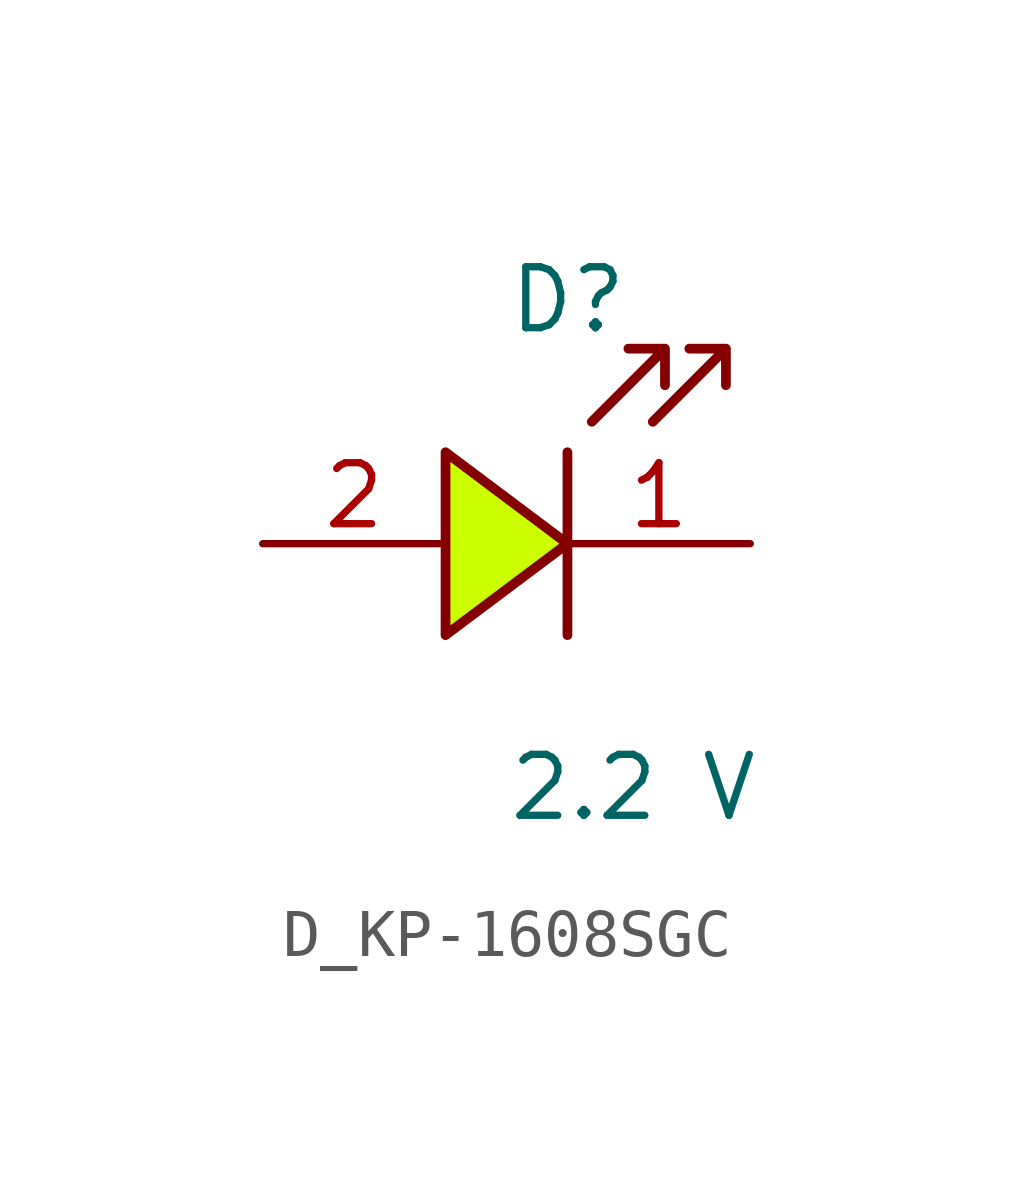
<source format=kicad_sym>
(kicad_symbol_lib
  (version 20231120)
  (generator kicad_symbol_editor)
  (generator_version 8.0)
  (symbol "D_KP-1608SGC"
    (pin_names
      (offset 0.254))
    (property "Reference" "D"
      (at 0 5.08 0)
      (effects (font (size 1.27 1.27)) (justify left)))
    (property "Value" "2.2 V"
      (at 0 -5.08 0)
      (effects (font (size 1.27 1.27)) (justify left)))
    (symbol "D_KP-1608SGC_1_0"
      (polyline (pts (xy 1.27 1.905) (xy 1.27 0) (xy -1.27 1.905) (xy -1.27 -1.905) (xy 1.27 0) (xy 1.27 -1.905)) (stroke (width 0.203) (type default)) (fill (type color) (color 204 255 0 1)))
      (polyline (pts (xy 1.778 2.54) (xy 3.302 4.064) (xy 2.54 4.064) (xy 3.302 4.064) (xy 3.302 3.302)) (stroke (width 0.203) (type default)) (fill (type none)))
      (polyline (pts (xy 3.048 2.54) (xy 4.572 4.064) (xy 3.81 4.064) (xy 4.572 4.064) (xy 4.572 3.302)) (stroke (width 0.203) (type default)) (fill (type none)))
      (pin passive line (at 5.08 0 180) (length 3.81) (name "" (effects (font (size 1.27 1.27)))) (number "1" (effects (font (size 1.27 1.27)))))
      (pin passive line (at -5.08 0 0) (length 3.81) (name "" (effects (font (size 1.27 1.27)))) (number "2" (effects (font (size 1.27 1.27))))))))
</source>
